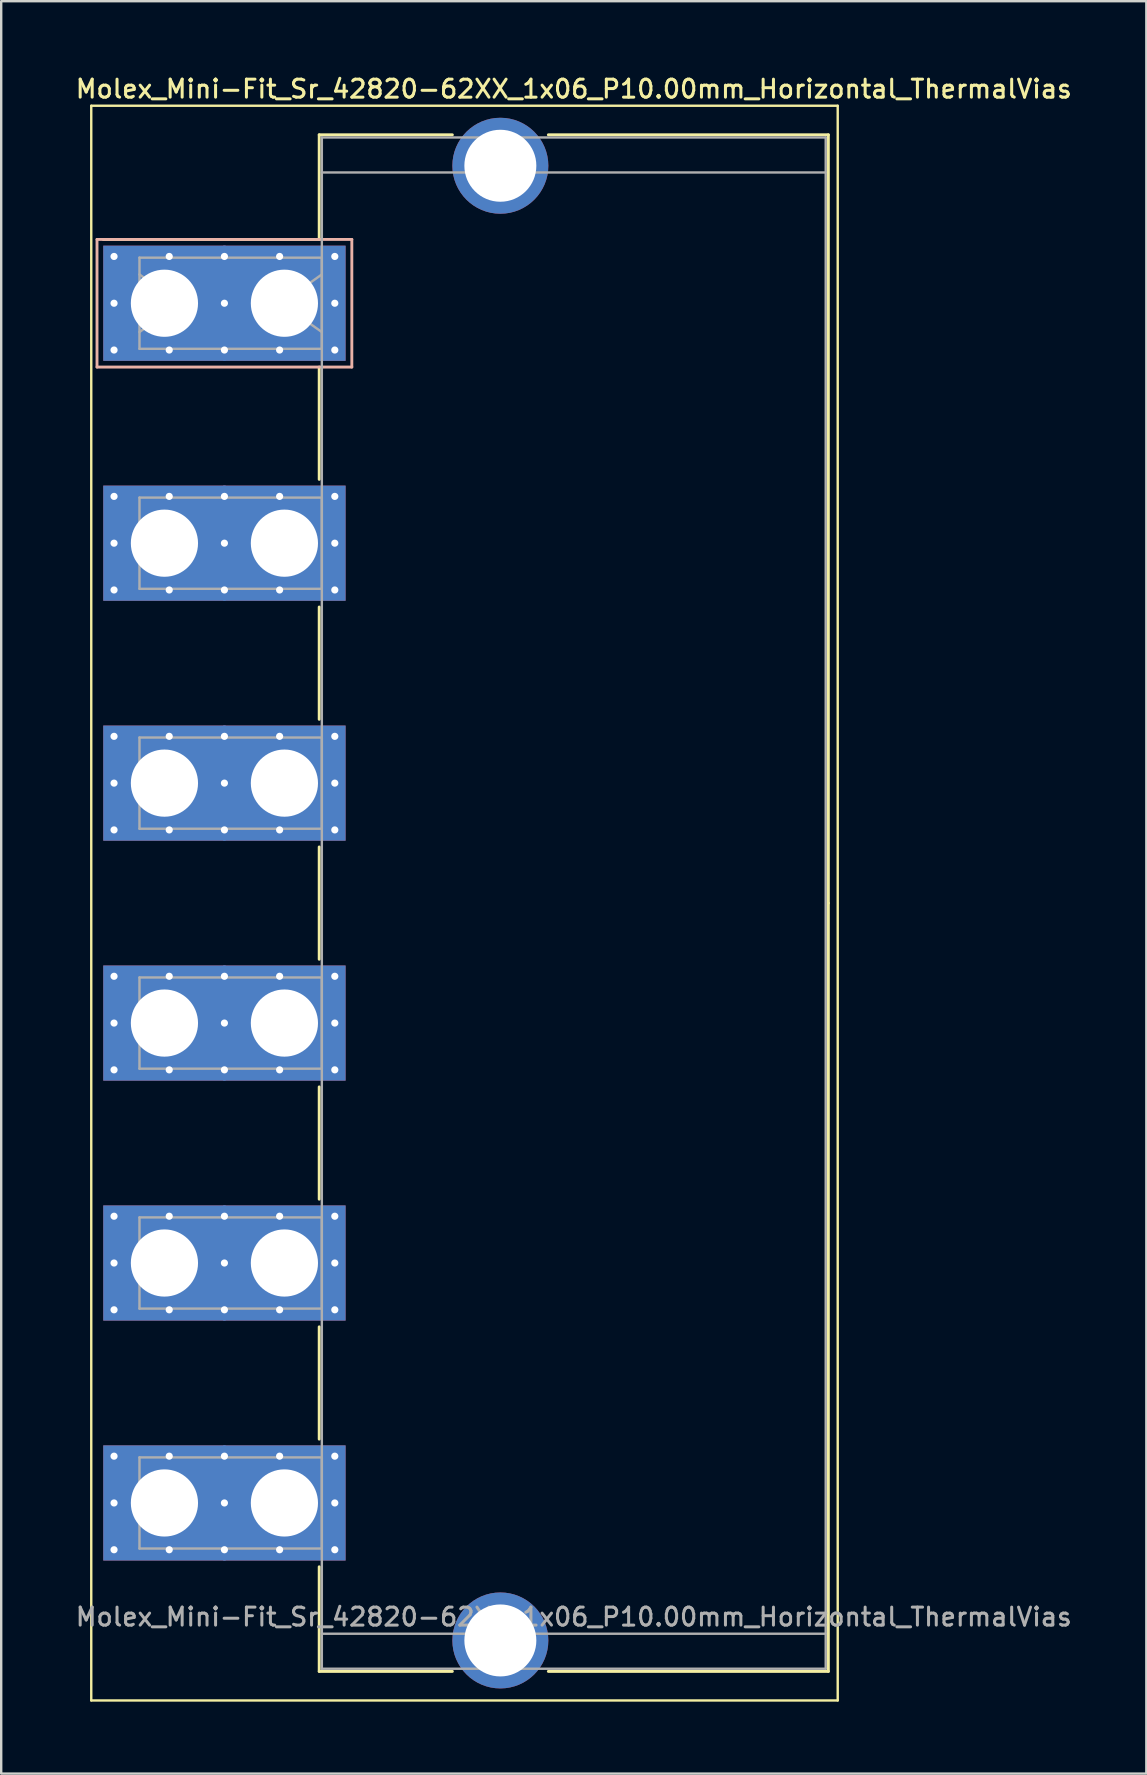
<source format=kicad_pcb>
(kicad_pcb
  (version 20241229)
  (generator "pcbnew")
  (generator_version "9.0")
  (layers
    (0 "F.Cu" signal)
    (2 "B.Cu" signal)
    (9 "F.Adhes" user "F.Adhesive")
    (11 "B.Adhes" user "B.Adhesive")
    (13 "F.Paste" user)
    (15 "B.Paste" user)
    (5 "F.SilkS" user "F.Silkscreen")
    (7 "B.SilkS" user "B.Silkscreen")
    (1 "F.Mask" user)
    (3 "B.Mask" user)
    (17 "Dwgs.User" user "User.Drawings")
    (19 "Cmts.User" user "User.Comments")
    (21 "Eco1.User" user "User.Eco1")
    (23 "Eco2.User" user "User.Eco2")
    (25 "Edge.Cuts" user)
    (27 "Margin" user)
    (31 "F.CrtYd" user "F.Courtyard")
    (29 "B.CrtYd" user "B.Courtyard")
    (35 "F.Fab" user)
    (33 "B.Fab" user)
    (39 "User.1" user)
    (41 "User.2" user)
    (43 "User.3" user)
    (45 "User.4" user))
  (footprint "Molex_Mini-Fit_Sr_42820-62XX_1x06_P10.00mm_Horizontal_ThermalVias"
    (layer "F.Cu")
    (at 3.803 9.588)
    (property "Reference" "Molex_Mini-Fit_Sr_42820-62XX_1x06_P10.00mm_Horizontal_ThermalVias" (at 17.06 -8.93 0) (layer "F.SilkS") (effects (font (size 0.75 0.75) (thickness 0.125))))
    (attr through_hole)
    (fp_line (start -3.05 -8.23) (end -3.05 58.23) (stroke (width 0.1) (type solid)) (layer "F.SilkS"))
    (fp_line (start -3.05 58.23) (end 28.06 58.23) (stroke (width 0.1) (type solid)) (layer "F.SilkS"))
    (fp_line (start 6.45 -7.02) (end 12 -7.02) (stroke (width 0.12) (type solid)) (layer "F.SilkS"))
    (fp_line (start 6.45 -2.66) (end -2.55 -2.66) (stroke (width 0.12) (type solid)) (layer "F.SilkS"))
    (fp_line (start 6.45 -2.66) (end 6.45 -7.02) (stroke (width 0.12) (type solid)) (layer "F.SilkS"))
    (fp_line (start 6.45 2.66) (end 6.45 7.34) (stroke (width 0.12) (type solid)) (layer "F.SilkS"))
    (fp_line (start 6.45 12.66) (end 6.45 17.34) (stroke (width 0.12) (type solid)) (layer "F.SilkS"))
    (fp_line (start 6.45 22.66) (end 6.45 27.34) (stroke (width 0.12) (type solid)) (layer "F.SilkS"))
    (fp_line (start 6.45 32.66) (end 6.45 37.34) (stroke (width 0.12) (type solid)) (layer "F.SilkS"))
    (fp_line (start 6.45 42.66) (end 6.45 47.34) (stroke (width 0.12) (type solid)) (layer "F.SilkS"))
    (fp_line (start 6.45 52.66) (end 6.45 57.02) (stroke (width 0.12) (type solid)) (layer "F.SilkS"))
    (fp_line (start 6.45 57.02) (end 12 57.02) (stroke (width 0.12) (type solid)) (layer "F.SilkS"))
    (fp_line (start 16 -7.02) (end 27.67 -7.02) (stroke (width 0.12) (type solid)) (layer "F.SilkS"))
    (fp_line (start 16 57.02) (end 27.67 57.02) (stroke (width 0.12) (type solid)) (layer "F.SilkS"))
    (fp_line (start 27.67 -7.02) (end 27.67 25) (stroke (width 0.12) (type solid)) (layer "F.SilkS"))
    (fp_line (start 27.67 57.02) (end 27.67 25) (stroke (width 0.12) (type solid)) (layer "F.SilkS"))
    (fp_line (start 28.06 -8.23) (end -3.05 -8.23) (stroke (width 0.1) (type solid)) (layer "F.SilkS"))
    (fp_line (start 28.06 58.23) (end 28.06 -8.23) (stroke (width 0.1) (type solid)) (layer "F.SilkS"))
    (fp_line (start -2.81 -2.66) (end -2.81 2.66) (stroke (width 0.12) (type solid)) (layer "B.SilkS"))
    (fp_line (start -2.81 2.66) (end 7.81 2.66) (stroke (width 0.12) (type solid)) (layer "B.SilkS"))
    (fp_line (start 7.81 -2.66) (end -2.81 -2.66) (stroke (width 0.12) (type solid)) (layer "B.SilkS"))
    (fp_line (start 7.81 2.66) (end 7.81 -2.66) (stroke (width 0.12) (type solid)) (layer "B.SilkS"))
    (fp_line (start -1.04 -1.9) (end 6.56 -1.9) (stroke (width 0.1) (type solid)) (layer "F.Fab"))
    (fp_line (start -1.04 -1.2) (end 0.657 0) (stroke (width 0.1) (type solid)) (layer "F.Fab"))
    (fp_line (start -1.04 1.9) (end -1.04 -1.9) (stroke (width 0.1) (type solid)) (layer "F.Fab"))
    (fp_line (start -1.04 8.1) (end 6.56 8.1) (stroke (width 0.1) (type solid)) (layer "F.Fab"))
    (fp_line (start -1.04 11.9) (end -1.04 8.1) (stroke (width 0.1) (type solid)) (layer "F.Fab"))
    (fp_line (start -1.04 18.1) (end 6.56 18.1) (stroke (width 0.1) (type solid)) (layer "F.Fab"))
    (fp_line (start -1.04 21.9) (end -1.04 18.1) (stroke (width 0.1) (type solid)) (layer "F.Fab"))
    (fp_line (start -1.04 28.1) (end 6.56 28.1) (stroke (width 0.1) (type solid)) (layer "F.Fab"))
    (fp_line (start -1.04 31.9) (end -1.04 28.1) (stroke (width 0.1) (type solid)) (layer "F.Fab"))
    (fp_line (start -1.04 38.1) (end 6.56 38.1) (stroke (width 0.1) (type solid)) (layer "F.Fab"))
    (fp_line (start -1.04 41.9) (end -1.04 38.1) (stroke (width 0.1) (type solid)) (layer "F.Fab"))
    (fp_line (start -1.04 48.1) (end 6.56 48.1) (stroke (width 0.1) (type solid)) (layer "F.Fab"))
    (fp_line (start -1.04 51.9) (end -1.04 48.1) (stroke (width 0.1) (type solid)) (layer "F.Fab"))
    (fp_line (start 0.657 0) (end -1.04 1.2) (stroke (width 0.1) (type solid)) (layer "F.Fab"))
    (fp_line (start 4.863 0) (end 6.56 1.2) (stroke (width 0.1) (type solid)) (layer "F.Fab"))
    (fp_line (start 6.56 -6.91) (end 6.56 56.91) (stroke (width 0.1) (type solid)) (layer "F.Fab"))
    (fp_line (start 6.56 -5.45) (end 27.56 -5.45) (stroke (width 0.1) (type solid)) (layer "F.Fab"))
    (fp_line (start 6.56 -1.9) (end 6.56 1.9) (stroke (width 0.1) (type solid)) (layer "F.Fab"))
    (fp_line (start 6.56 -1.2) (end 4.863 0) (stroke (width 0.1) (type solid)) (layer "F.Fab"))
    (fp_line (start 6.56 1.9) (end -1.04 1.9) (stroke (width 0.1) (type solid)) (layer "F.Fab"))
    (fp_line (start 6.56 8.1) (end 6.56 11.9) (stroke (width 0.1) (type solid)) (layer "F.Fab"))
    (fp_line (start 6.56 11.9) (end -1.04 11.9) (stroke (width 0.1) (type solid)) (layer "F.Fab"))
    (fp_line (start 6.56 18.1) (end 6.56 21.9) (stroke (width 0.1) (type solid)) (layer "F.Fab"))
    (fp_line (start 6.56 21.9) (end -1.04 21.9) (stroke (width 0.1) (type solid)) (layer "F.Fab"))
    (fp_line (start 6.56 28.1) (end 6.56 31.9) (stroke (width 0.1) (type solid)) (layer "F.Fab"))
    (fp_line (start 6.56 31.9) (end -1.04 31.9) (stroke (width 0.1) (type solid)) (layer "F.Fab"))
    (fp_line (start 6.56 38.1) (end 6.56 41.9) (stroke (width 0.1) (type solid)) (layer "F.Fab"))
    (fp_line (start 6.56 41.9) (end -1.04 41.9) (stroke (width 0.1) (type solid)) (layer "F.Fab"))
    (fp_line (start 6.56 48.1) (end 6.56 51.9) (stroke (width 0.1) (type solid)) (layer "F.Fab"))
    (fp_line (start 6.56 51.9) (end -1.04 51.9) (stroke (width 0.1) (type solid)) (layer "F.Fab"))
    (fp_line (start 6.56 55.45) (end 27.56 55.45) (stroke (width 0.1) (type solid)) (layer "F.Fab"))
    (fp_line (start 6.56 56.91) (end 27.56 56.91) (stroke (width 0.1) (type solid)) (layer "F.Fab"))
    (fp_line (start 27.56 -6.91) (end 6.56 -6.91) (stroke (width 0.1) (type solid)) (layer "F.Fab"))
    (fp_line (start 27.56 56.91) (end 27.56 -6.91) (stroke (width 0.1) (type solid)) (layer "F.Fab"))
    (fp_text user "${REFERENCE}" (at 17.06 54.75 0) (layer "F.Fab") (effects (font (size 0.75 0.75) (thickness 0.125))))
    (pad "" thru_hole circle (at 14 -5.73) (size 4 4) (drill 3) (layers "*.Cu" "*.Mask"))
    (pad "" thru_hole circle (at 14 55.73) (size 4 4) (drill 3) (layers "*.Cu" "*.Mask"))
    (pad "1" thru_hole roundrect (at -2.1 -1.95) (size 0.6 0.6) (drill 0.3) (layers "*.Cu" "*.Mask") (roundrect_rratio 0.25))
    (pad "1" thru_hole roundrect (at -2.1 0) (size 0.6 0.6) (drill 0.3) (layers "*.Cu" "*.Mask") (roundrect_rratio 0.25))
    (pad "1" thru_hole roundrect (at -2.1 1.95) (size 0.6 0.6) (drill 0.3) (layers "*.Cu" "*.Mask") (roundrect_rratio 0.25))
    (pad "1" thru_hole rect (at 0 0) (size 5.1 4.8) (drill 2.8) (layers "*.Cu" "*.Mask"))
    (pad "1" thru_hole roundrect (at 0.2 -1.95) (size 0.6 0.6) (drill 0.3) (layers "*.Cu" "*.Mask") (roundrect_rratio 0.25))
    (pad "1" thru_hole roundrect (at 0.2 1.95) (size 0.6 0.6) (drill 0.3) (layers "*.Cu" "*.Mask") (roundrect_rratio 0.25))
    (pad "1" thru_hole roundrect (at 2.5 -1.95) (size 0.6 0.6) (drill 0.3) (layers "*.Cu" "*.Mask") (roundrect_rratio 0.25))
    (pad "1" thru_hole roundrect (at 2.5 0) (size 0.6 0.6) (drill 0.3) (layers "*.Cu" "*.Mask") (roundrect_rratio 0.25))
    (pad "1" thru_hole roundrect (at 2.5 1.95) (size 0.6 0.6) (drill 0.3) (layers "*.Cu" "*.Mask") (roundrect_rratio 0.25))
    (pad "1" thru_hole roundrect (at 4.8 -1.95) (size 0.6 0.6) (drill 0.3) (layers "*.Cu" "*.Mask") (roundrect_rratio 0.25))
    (pad "1" thru_hole roundrect (at 4.8 1.95) (size 0.6 0.6) (drill 0.3) (layers "*.Cu" "*.Mask") (roundrect_rratio 0.25))
    (pad "1" thru_hole rect (at 5 0) (size 5.1 4.8) (drill 2.8) (layers "*.Cu" "*.Mask"))
    (pad "1" thru_hole roundrect (at 7.1 -1.95) (size 0.6 0.6) (drill 0.3) (layers "*.Cu" "*.Mask") (roundrect_rratio 0.25))
    (pad "1" thru_hole roundrect (at 7.1 0) (size 0.6 0.6) (drill 0.3) (layers "*.Cu" "*.Mask") (roundrect_rratio 0.25))
    (pad "1" thru_hole roundrect (at 7.1 1.95) (size 0.6 0.6) (drill 0.3) (layers "*.Cu" "*.Mask") (roundrect_rratio 0.25))
    (pad "2" thru_hole circle (at -2.1 8.05) (size 0.6 0.6) (drill 0.3) (layers "*.Cu" "*.Mask"))
    (pad "2" thru_hole circle (at -2.1 10) (size 0.6 0.6) (drill 0.3) (layers "*.Cu" "*.Mask"))
    (pad "2" thru_hole circle (at -2.1 11.95) (size 0.6 0.6) (drill 0.3) (layers "*.Cu" "*.Mask"))
    (pad "2" thru_hole rect (at 0 10) (size 5.1 4.8) (drill 2.8) (layers "*.Cu" "*.Mask"))
    (pad "2" thru_hole circle (at 0.2 8.05) (size 0.6 0.6) (drill 0.3) (layers "*.Cu" "*.Mask"))
    (pad "2" thru_hole circle (at 0.2 11.95) (size 0.6 0.6) (drill 0.3) (layers "*.Cu" "*.Mask"))
    (pad "2" thru_hole circle (at 2.5 8.05) (size 0.6 0.6) (drill 0.3) (layers "*.Cu" "*.Mask"))
    (pad "2" thru_hole circle (at 2.5 10) (size 0.6 0.6) (drill 0.3) (layers "*.Cu" "*.Mask"))
    (pad "2" thru_hole circle (at 2.5 11.95) (size 0.6 0.6) (drill 0.3) (layers "*.Cu" "*.Mask"))
    (pad "2" thru_hole circle (at 4.8 8.05) (size 0.6 0.6) (drill 0.3) (layers "*.Cu" "*.Mask"))
    (pad "2" thru_hole circle (at 4.8 11.95) (size 0.6 0.6) (drill 0.3) (layers "*.Cu" "*.Mask"))
    (pad "2" thru_hole rect (at 5 10) (size 5.1 4.8) (drill 2.8) (layers "*.Cu" "*.Mask"))
    (pad "2" thru_hole circle (at 7.1 8.05) (size 0.6 0.6) (drill 0.3) (layers "*.Cu" "*.Mask"))
    (pad "2" thru_hole circle (at 7.1 10) (size 0.6 0.6) (drill 0.3) (layers "*.Cu" "*.Mask"))
    (pad "2" thru_hole circle (at 7.1 11.95) (size 0.6 0.6) (drill 0.3) (layers "*.Cu" "*.Mask"))
    (pad "3" thru_hole circle (at -2.1 18.05) (size 0.6 0.6) (drill 0.3) (layers "*.Cu" "*.Mask"))
    (pad "3" thru_hole circle (at -2.1 20) (size 0.6 0.6) (drill 0.3) (layers "*.Cu" "*.Mask"))
    (pad "3" thru_hole circle (at -2.1 21.95) (size 0.6 0.6) (drill 0.3) (layers "*.Cu" "*.Mask"))
    (pad "3" thru_hole rect (at 0 20) (size 5.1 4.8) (drill 2.8) (layers "*.Cu" "*.Mask"))
    (pad "3" thru_hole circle (at 0.2 18.05) (size 0.6 0.6) (drill 0.3) (layers "*.Cu" "*.Mask"))
    (pad "3" thru_hole circle (at 0.2 21.95) (size 0.6 0.6) (drill 0.3) (layers "*.Cu" "*.Mask"))
    (pad "3" thru_hole circle (at 2.5 18.05) (size 0.6 0.6) (drill 0.3) (layers "*.Cu" "*.Mask"))
    (pad "3" thru_hole circle (at 2.5 20) (size 0.6 0.6) (drill 0.3) (layers "*.Cu" "*.Mask"))
    (pad "3" thru_hole circle (at 2.5 21.95) (size 0.6 0.6) (drill 0.3) (layers "*.Cu" "*.Mask"))
    (pad "3" thru_hole circle (at 4.8 18.05) (size 0.6 0.6) (drill 0.3) (layers "*.Cu" "*.Mask"))
    (pad "3" thru_hole circle (at 4.8 21.95) (size 0.6 0.6) (drill 0.3) (layers "*.Cu" "*.Mask"))
    (pad "3" thru_hole rect (at 5 20) (size 5.1 4.8) (drill 2.8) (layers "*.Cu" "*.Mask"))
    (pad "3" thru_hole circle (at 7.1 18.05) (size 0.6 0.6) (drill 0.3) (layers "*.Cu" "*.Mask"))
    (pad "3" thru_hole circle (at 7.1 20) (size 0.6 0.6) (drill 0.3) (layers "*.Cu" "*.Mask"))
    (pad "3" thru_hole circle (at 7.1 21.95) (size 0.6 0.6) (drill 0.3) (layers "*.Cu" "*.Mask"))
    (pad "4" thru_hole circle (at -2.1 28.05) (size 0.6 0.6) (drill 0.3) (layers "*.Cu" "*.Mask"))
    (pad "4" thru_hole circle (at -2.1 30) (size 0.6 0.6) (drill 0.3) (layers "*.Cu" "*.Mask"))
    (pad "4" thru_hole circle (at -2.1 31.95) (size 0.6 0.6) (drill 0.3) (layers "*.Cu" "*.Mask"))
    (pad "4" thru_hole rect (at 0 30) (size 5.1 4.8) (drill 2.8) (layers "*.Cu" "*.Mask"))
    (pad "4" thru_hole circle (at 0.2 28.05) (size 0.6 0.6) (drill 0.3) (layers "*.Cu" "*.Mask"))
    (pad "4" thru_hole circle (at 0.2 31.95) (size 0.6 0.6) (drill 0.3) (layers "*.Cu" "*.Mask"))
    (pad "4" thru_hole circle (at 2.5 28.05) (size 0.6 0.6) (drill 0.3) (layers "*.Cu" "*.Mask"))
    (pad "4" thru_hole circle (at 2.5 30) (size 0.6 0.6) (drill 0.3) (layers "*.Cu" "*.Mask"))
    (pad "4" thru_hole circle (at 2.5 31.95) (size 0.6 0.6) (drill 0.3) (layers "*.Cu" "*.Mask"))
    (pad "4" thru_hole circle (at 4.8 28.05) (size 0.6 0.6) (drill 0.3) (layers "*.Cu" "*.Mask"))
    (pad "4" thru_hole circle (at 4.8 31.95) (size 0.6 0.6) (drill 0.3) (layers "*.Cu" "*.Mask"))
    (pad "4" thru_hole rect (at 5 30) (size 5.1 4.8) (drill 2.8) (layers "*.Cu" "*.Mask"))
    (pad "4" thru_hole circle (at 7.1 28.05) (size 0.6 0.6) (drill 0.3) (layers "*.Cu" "*.Mask"))
    (pad "4" thru_hole circle (at 7.1 30) (size 0.6 0.6) (drill 0.3) (layers "*.Cu" "*.Mask"))
    (pad "4" thru_hole circle (at 7.1 31.95) (size 0.6 0.6) (drill 0.3) (layers "*.Cu" "*.Mask"))
    (pad "5" thru_hole circle (at -2.1 38.05) (size 0.6 0.6) (drill 0.3) (layers "*.Cu" "*.Mask"))
    (pad "5" thru_hole circle (at -2.1 40) (size 0.6 0.6) (drill 0.3) (layers "*.Cu" "*.Mask"))
    (pad "5" thru_hole circle (at -2.1 41.95) (size 0.6 0.6) (drill 0.3) (layers "*.Cu" "*.Mask"))
    (pad "5" thru_hole rect (at 0 40) (size 5.1 4.8) (drill 2.8) (layers "*.Cu" "*.Mask"))
    (pad "5" thru_hole circle (at 0.2 38.05) (size 0.6 0.6) (drill 0.3) (layers "*.Cu" "*.Mask"))
    (pad "5" thru_hole circle (at 0.2 41.95) (size 0.6 0.6) (drill 0.3) (layers "*.Cu" "*.Mask"))
    (pad "5" thru_hole circle (at 2.5 38.05) (size 0.6 0.6) (drill 0.3) (layers "*.Cu" "*.Mask"))
    (pad "5" thru_hole circle (at 2.5 40) (size 0.6 0.6) (drill 0.3) (layers "*.Cu" "*.Mask"))
    (pad "5" thru_hole circle (at 2.5 41.95) (size 0.6 0.6) (drill 0.3) (layers "*.Cu" "*.Mask"))
    (pad "5" thru_hole circle (at 4.8 38.05) (size 0.6 0.6) (drill 0.3) (layers "*.Cu" "*.Mask"))
    (pad "5" thru_hole circle (at 4.8 41.95) (size 0.6 0.6) (drill 0.3) (layers "*.Cu" "*.Mask"))
    (pad "5" thru_hole rect (at 5 40) (size 5.1 4.8) (drill 2.8) (layers "*.Cu" "*.Mask"))
    (pad "5" thru_hole circle (at 7.1 38.05) (size 0.6 0.6) (drill 0.3) (layers "*.Cu" "*.Mask"))
    (pad "5" thru_hole circle (at 7.1 40) (size 0.6 0.6) (drill 0.3) (layers "*.Cu" "*.Mask"))
    (pad "5" thru_hole circle (at 7.1 41.95) (size 0.6 0.6) (drill 0.3) (layers "*.Cu" "*.Mask"))
    (pad "6" thru_hole circle (at -2.1 48.05) (size 0.6 0.6) (drill 0.3) (layers "*.Cu" "*.Mask"))
    (pad "6" thru_hole circle (at -2.1 50) (size 0.6 0.6) (drill 0.3) (layers "*.Cu" "*.Mask"))
    (pad "6" thru_hole circle (at -2.1 51.95) (size 0.6 0.6) (drill 0.3) (layers "*.Cu" "*.Mask"))
    (pad "6" thru_hole rect (at 0 50) (size 5.1 4.8) (drill 2.8) (layers "*.Cu" "*.Mask"))
    (pad "6" thru_hole circle (at 0.2 48.05) (size 0.6 0.6) (drill 0.3) (layers "*.Cu" "*.Mask"))
    (pad "6" thru_hole circle (at 0.2 51.95) (size 0.6 0.6) (drill 0.3) (layers "*.Cu" "*.Mask"))
    (pad "6" thru_hole circle (at 2.5 48.05) (size 0.6 0.6) (drill 0.3) (layers "*.Cu" "*.Mask"))
    (pad "6" thru_hole circle (at 2.5 50) (size 0.6 0.6) (drill 0.3) (layers "*.Cu" "*.Mask"))
    (pad "6" thru_hole circle (at 2.5 51.95) (size 0.6 0.6) (drill 0.3) (layers "*.Cu" "*.Mask"))
    (pad "6" thru_hole circle (at 4.8 48.05) (size 0.6 0.6) (drill 0.3) (layers "*.Cu" "*.Mask"))
    (pad "6" thru_hole circle (at 4.8 51.95) (size 0.6 0.6) (drill 0.3) (layers "*.Cu" "*.Mask"))
    (pad "6" thru_hole rect (at 5 50) (size 5.1 4.8) (drill 2.8) (layers "*.Cu" "*.Mask"))
    (pad "6" thru_hole circle (at 7.1 48.05) (size 0.6 0.6) (drill 0.3) (layers "*.Cu" "*.Mask"))
    (pad "6" thru_hole circle (at 7.1 50) (size 0.6 0.6) (drill 0.3) (layers "*.Cu" "*.Mask"))
    (pad "6" thru_hole circle (at 7.1 51.95) (size 0.6 0.6) (drill 0.3) (layers "*.Cu" "*.Mask")))
  (gr_rect
    (start -3 -3)
    (end 44.725 70.868)
    (stroke (width 0.1) (type default))
    (fill no)
    (layer "Edge.Cuts")))
</source>
